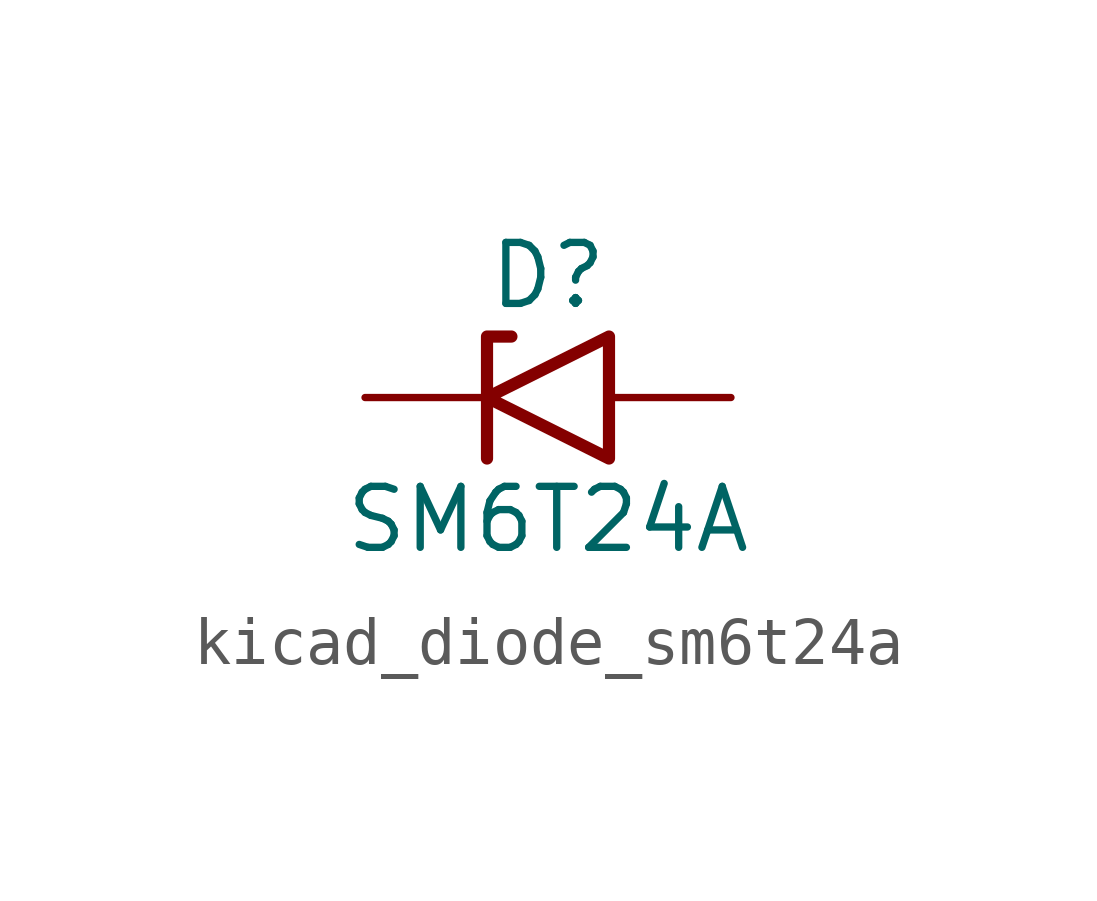
<source format=kicad_sym>
(kicad_symbol_lib
  (version 20220914)
  (generator kicad_symbol_editor)
  (symbol "kicad_diode_sm6t24a"
    (pin_numbers hide)
    (pin_names
      (offset 1.016) hide)
    (property "Reference" "D"
      (at 0 2.54 0)
      (effects (font (size 1.27 1.27))))
    (property "Value" "SM6T24A"
      (at 0 -2.54 0)
      (effects (font (size 1.27 1.27))))
    (symbol "kicad_diode_sm6t24a_0_1"
      (polyline (pts (xy -0.762 1.27) (xy -1.27 1.27) (xy -1.27 -1.27)) (stroke (width 0.254) (type default)) (fill (type none)))
      (polyline (pts (xy 1.27 1.27) (xy 1.27 -1.27) (xy -1.27 0) (xy 1.27 1.27)) (stroke (width 0.254) (type default)) (fill (type none))))
    (symbol "kicad_diode_sm6t24a_1_1"
      (pin passive line (at -3.81 0 0) (length 2.54) (name "A1" (effects (font (size 1.27 1.27)))) (number "1" (effects (font (size 1.27 1.27)))))
      (pin passive line (at 3.81 0 180) (length 2.54) (name "A2" (effects (font (size 1.27 1.27)))) (number "2" (effects (font (size 1.27 1.27))))))))
</source>
